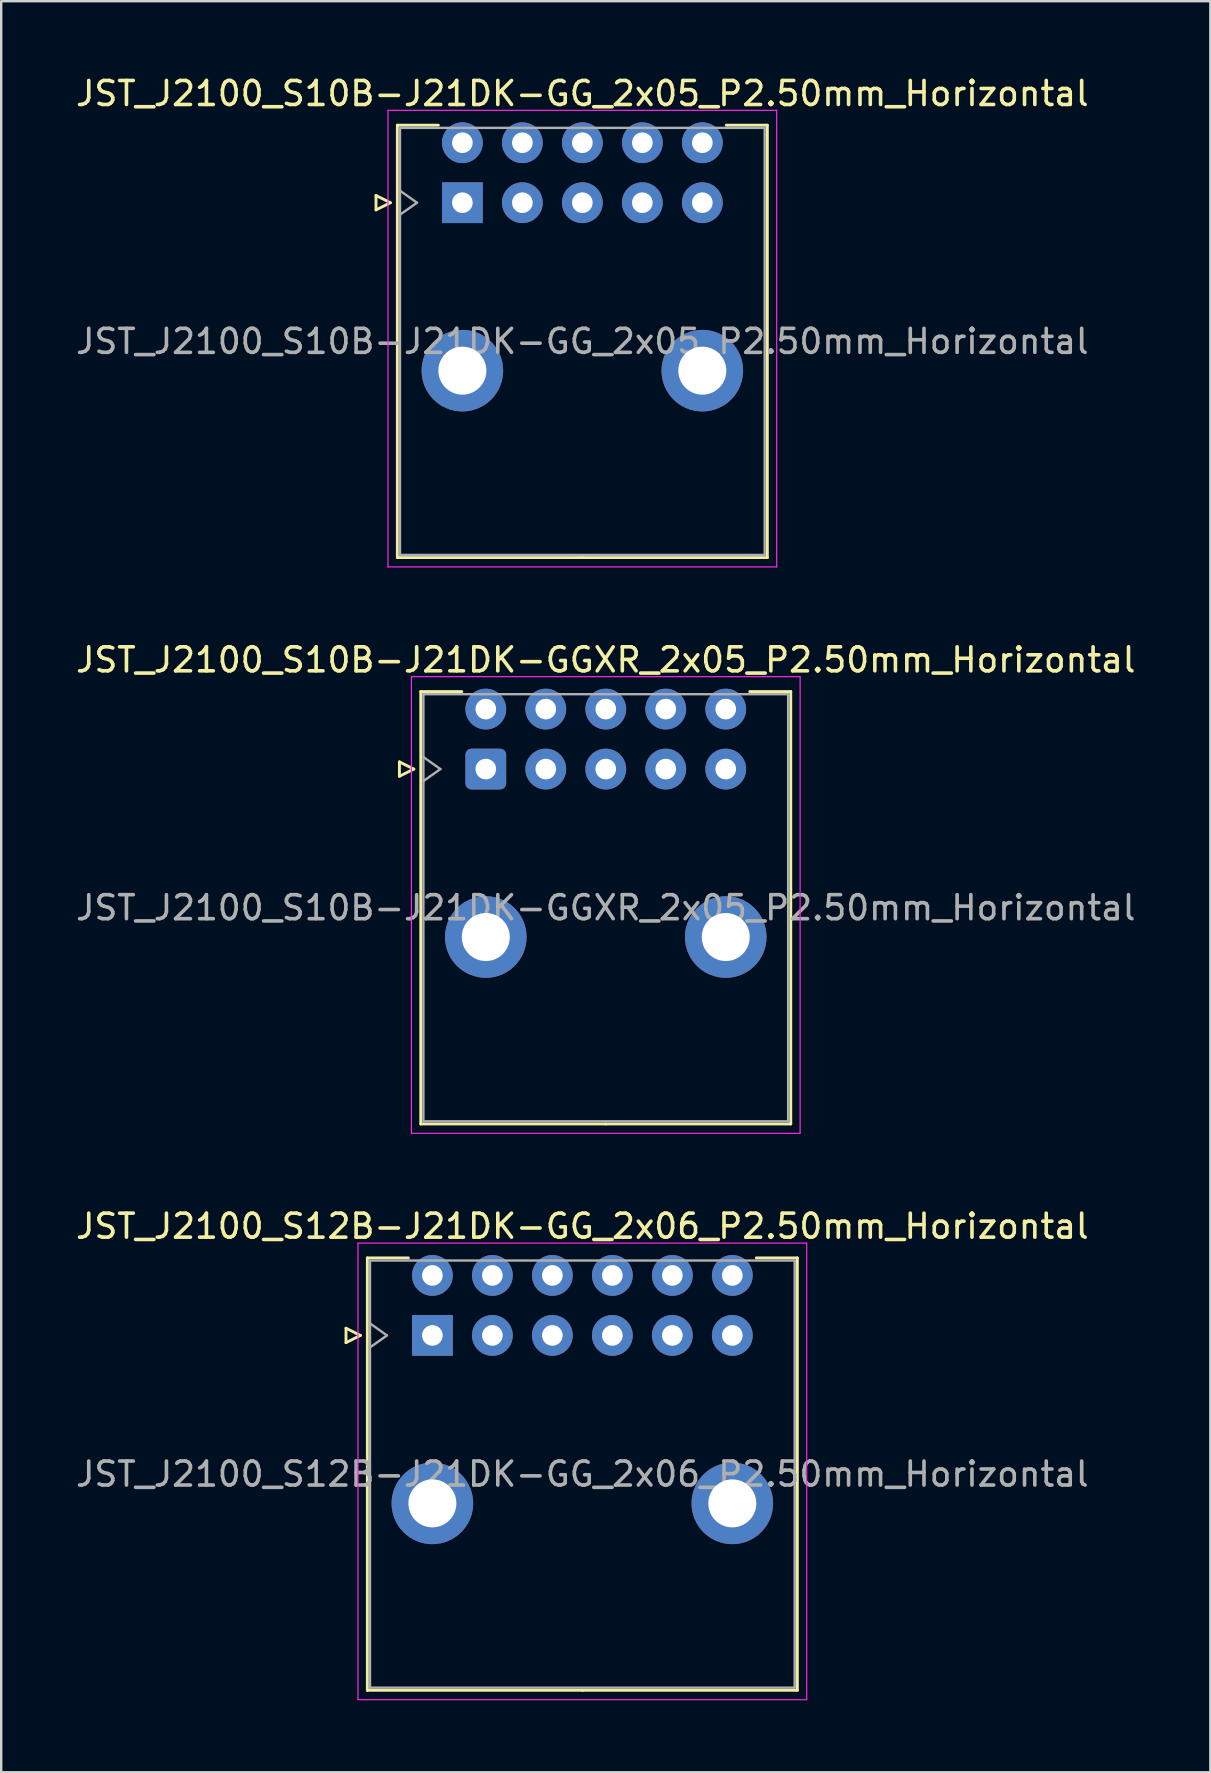
<source format=kicad_pcb>
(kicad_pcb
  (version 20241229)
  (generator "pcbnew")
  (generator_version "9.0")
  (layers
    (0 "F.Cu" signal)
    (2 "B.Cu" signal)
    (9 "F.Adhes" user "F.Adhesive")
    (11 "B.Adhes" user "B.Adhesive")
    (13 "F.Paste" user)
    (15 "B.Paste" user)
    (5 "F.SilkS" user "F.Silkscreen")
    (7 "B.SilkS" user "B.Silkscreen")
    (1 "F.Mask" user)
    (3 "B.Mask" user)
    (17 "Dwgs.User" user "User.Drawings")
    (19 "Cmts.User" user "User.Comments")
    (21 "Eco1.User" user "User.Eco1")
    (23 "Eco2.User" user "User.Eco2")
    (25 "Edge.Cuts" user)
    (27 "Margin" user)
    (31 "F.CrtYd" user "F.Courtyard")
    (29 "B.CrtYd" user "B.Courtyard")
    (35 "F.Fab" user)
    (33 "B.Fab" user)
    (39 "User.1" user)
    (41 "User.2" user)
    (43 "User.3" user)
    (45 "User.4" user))
  (footprint "JST_J2100_S12B-J21DK-GG_2x06_P2.50mm_Horizontal"
    (layer "F.Cu")
    (at 14.97 52.605)
    (property "Reference" "JST_J2100_S12B-J21DK-GG_2x06_P2.50mm_Horizontal" (at 6.25 -4.55 0) (layer "F.SilkS") (effects (font (size 1 1) (thickness 0.15))))
    (attr through_hole)
    (fp_line (start -3.6 -0.3) (end -3 0) (stroke (width 0.12) (type solid)) (layer "F.SilkS"))
    (fp_line (start -3.6 0.3) (end -3.6 -0.3) (stroke (width 0.12) (type solid)) (layer "F.SilkS"))
    (fp_line (start -3 0) (end -3.6 0.3) (stroke (width 0.12) (type solid)) (layer "F.SilkS"))
    (fp_line (start -2.71 -3.23) (end -2.71 14.79) (stroke (width 0.12) (type solid)) (layer "F.SilkS"))
    (fp_line (start -2.71 14.79) (end 6.25 14.79) (stroke (width 0.12) (type solid)) (layer "F.SilkS"))
    (fp_line (start -1 -3.23) (end -2.71 -3.23) (stroke (width 0.12) (type solid)) (layer "F.SilkS"))
    (fp_line (start 13.5 -3.23) (end 15.21 -3.23) (stroke (width 0.12) (type solid)) (layer "F.SilkS"))
    (fp_line (start 15.21 -3.23) (end 15.21 14.79) (stroke (width 0.12) (type solid)) (layer "F.SilkS"))
    (fp_line (start 15.21 14.79) (end 6.25 14.79) (stroke (width 0.12) (type solid)) (layer "F.SilkS"))
    (fp_line (start -3.1 -3.85) (end -3.1 15.18) (stroke (width 0.05) (type solid)) (layer "F.CrtYd"))
    (fp_line (start -3.1 15.18) (end 15.6 15.18) (stroke (width 0.05) (type solid)) (layer "F.CrtYd"))
    (fp_line (start 15.6 -3.85) (end -3.1 -3.85) (stroke (width 0.05) (type solid)) (layer "F.CrtYd"))
    (fp_line (start 15.6 15.18) (end 15.6 -3.85) (stroke (width 0.05) (type solid)) (layer "F.CrtYd"))
    (fp_line (start -2.6 -3.12) (end -2.6 14.68) (stroke (width 0.1) (type solid)) (layer "F.Fab"))
    (fp_line (start -2.6 0.5) (end -1.893 0) (stroke (width 0.1) (type solid)) (layer "F.Fab"))
    (fp_line (start -2.6 14.68) (end 15.1 14.68) (stroke (width 0.1) (type solid)) (layer "F.Fab"))
    (fp_line (start -1.893 0) (end -2.6 -0.5) (stroke (width 0.1) (type solid)) (layer "F.Fab"))
    (fp_line (start 15.1 -3.12) (end -2.6 -3.12) (stroke (width 0.1) (type solid)) (layer "F.Fab"))
    (fp_line (start 15.1 14.68) (end 15.1 -3.12) (stroke (width 0.1) (type solid)) (layer "F.Fab"))
    (fp_text user "${REFERENCE}" (at 6.25 5.78 0) (layer "F.Fab") (effects (font (size 1 1) (thickness 0.15))))
    (pad "" thru_hole circle (at 0 7) (size 3.4 3.4) (drill 2) (layers "*.Cu" "*.Mask"))
    (pad "" thru_hole circle (at 12.5 7) (size 3.4 3.4) (drill 2) (layers "*.Cu" "*.Mask"))
    (pad "a1" thru_hole rect (at 0 0) (size 1.7 1.7) (drill 0.86) (layers "*.Cu" "*.Mask"))
    (pad "a2" thru_hole circle (at 2.5 0) (size 1.7 1.7) (drill 0.86) (layers "*.Cu" "*.Mask"))
    (pad "a3" thru_hole circle (at 5 0) (size 1.7 1.7) (drill 0.86) (layers "*.Cu" "*.Mask"))
    (pad "a4" thru_hole circle (at 7.5 0) (size 1.7 1.7) (drill 0.86) (layers "*.Cu" "*.Mask"))
    (pad "a5" thru_hole circle (at 10 0) (size 1.7 1.7) (drill 0.86) (layers "*.Cu" "*.Mask"))
    (pad "a6" thru_hole circle (at 12.5 0) (size 1.7 1.7) (drill 0.86) (layers "*.Cu" "*.Mask"))
    (pad "b1" thru_hole circle (at 0 -2.5) (size 1.7 1.7) (drill 0.86) (layers "*.Cu" "*.Mask"))
    (pad "b2" thru_hole circle (at 2.5 -2.5) (size 1.7 1.7) (drill 0.86) (layers "*.Cu" "*.Mask"))
    (pad "b3" thru_hole circle (at 5 -2.5) (size 1.7 1.7) (drill 0.86) (layers "*.Cu" "*.Mask"))
    (pad "b4" thru_hole circle (at 7.5 -2.5) (size 1.7 1.7) (drill 0.86) (layers "*.Cu" "*.Mask"))
    (pad "b5" thru_hole circle (at 10 -2.5) (size 1.7 1.7) (drill 0.86) (layers "*.Cu" "*.Mask"))
    (pad "b6" thru_hole circle (at 12.5 -2.5) (size 1.7 1.7) (drill 0.86) (layers "*.Cu" "*.Mask")))
  (footprint "JST_J2100_S10B-J21DK-GG_2x05_P2.50mm_Horizontal"
    (layer "F.Cu")
    (at 16.22 5.398)
    (property "Reference" "JST_J2100_S10B-J21DK-GG_2x05_P2.50mm_Horizontal" (at 5 -4.55 0) (layer "F.SilkS") (effects (font (size 1 1) (thickness 0.15))))
    (attr through_hole)
    (fp_line (start -3.6 -0.3) (end -3 0) (stroke (width 0.12) (type solid)) (layer "F.SilkS"))
    (fp_line (start -3.6 0.3) (end -3.6 -0.3) (stroke (width 0.12) (type solid)) (layer "F.SilkS"))
    (fp_line (start -3 0) (end -3.6 0.3) (stroke (width 0.12) (type solid)) (layer "F.SilkS"))
    (fp_line (start -2.71 -3.23) (end -2.71 14.79) (stroke (width 0.12) (type solid)) (layer "F.SilkS"))
    (fp_line (start -2.71 14.79) (end 5 14.79) (stroke (width 0.12) (type solid)) (layer "F.SilkS"))
    (fp_line (start -1 -3.23) (end -2.71 -3.23) (stroke (width 0.12) (type solid)) (layer "F.SilkS"))
    (fp_line (start 11 -3.23) (end 12.71 -3.23) (stroke (width 0.12) (type solid)) (layer "F.SilkS"))
    (fp_line (start 12.71 -3.23) (end 12.71 14.79) (stroke (width 0.12) (type solid)) (layer "F.SilkS"))
    (fp_line (start 12.71 14.79) (end 5 14.79) (stroke (width 0.12) (type solid)) (layer "F.SilkS"))
    (fp_line (start -3.1 -3.85) (end -3.1 15.18) (stroke (width 0.05) (type solid)) (layer "F.CrtYd"))
    (fp_line (start -3.1 15.18) (end 13.1 15.18) (stroke (width 0.05) (type solid)) (layer "F.CrtYd"))
    (fp_line (start 13.1 -3.85) (end -3.1 -3.85) (stroke (width 0.05) (type solid)) (layer "F.CrtYd"))
    (fp_line (start 13.1 15.18) (end 13.1 -3.85) (stroke (width 0.05) (type solid)) (layer "F.CrtYd"))
    (fp_line (start -2.6 -3.12) (end -2.6 14.68) (stroke (width 0.1) (type solid)) (layer "F.Fab"))
    (fp_line (start -2.6 0.5) (end -1.893 0) (stroke (width 0.1) (type solid)) (layer "F.Fab"))
    (fp_line (start -2.6 14.68) (end 12.6 14.68) (stroke (width 0.1) (type solid)) (layer "F.Fab"))
    (fp_line (start -1.893 0) (end -2.6 -0.5) (stroke (width 0.1) (type solid)) (layer "F.Fab"))
    (fp_line (start 12.6 -3.12) (end -2.6 -3.12) (stroke (width 0.1) (type solid)) (layer "F.Fab"))
    (fp_line (start 12.6 14.68) (end 12.6 -3.12) (stroke (width 0.1) (type solid)) (layer "F.Fab"))
    (fp_text user "${REFERENCE}" (at 5 5.78 0) (layer "F.Fab") (effects (font (size 1 1) (thickness 0.15))))
    (pad "" thru_hole circle (at 0 7) (size 3.4 3.4) (drill 2) (layers "*.Cu" "*.Mask"))
    (pad "" thru_hole circle (at 10 7) (size 3.4 3.4) (drill 2) (layers "*.Cu" "*.Mask"))
    (pad "a1" thru_hole rect (at 0 0) (size 1.7 1.7) (drill 0.86) (layers "*.Cu" "*.Mask"))
    (pad "a2" thru_hole circle (at 2.5 0) (size 1.7 1.7) (drill 0.86) (layers "*.Cu" "*.Mask"))
    (pad "a3" thru_hole circle (at 5 0) (size 1.7 1.7) (drill 0.86) (layers "*.Cu" "*.Mask"))
    (pad "a4" thru_hole circle (at 7.5 0) (size 1.7 1.7) (drill 0.86) (layers "*.Cu" "*.Mask"))
    (pad "a5" thru_hole circle (at 10 0) (size 1.7 1.7) (drill 0.86) (layers "*.Cu" "*.Mask"))
    (pad "b1" thru_hole circle (at 0 -2.5) (size 1.7 1.7) (drill 0.86) (layers "*.Cu" "*.Mask"))
    (pad "b2" thru_hole circle (at 2.5 -2.5) (size 1.7 1.7) (drill 0.86) (layers "*.Cu" "*.Mask"))
    (pad "b3" thru_hole circle (at 5 -2.5) (size 1.7 1.7) (drill 0.86) (layers "*.Cu" "*.Mask"))
    (pad "b4" thru_hole circle (at 7.5 -2.5) (size 1.7 1.7) (drill 0.86) (layers "*.Cu" "*.Mask"))
    (pad "b5" thru_hole circle (at 10 -2.5) (size 1.7 1.7) (drill 0.86) (layers "*.Cu" "*.Mask")))
  (footprint "JST_J2100_S10B-J21DK-GGXR_2x05_P2.50mm_Horizontal"
    (layer "F.Cu")
    (at 17.196 29.002)
    (property "Reference" "JST_J2100_S10B-J21DK-GGXR_2x05_P2.50mm_Horizontal" (at 5 -4.55 0) (layer "F.SilkS") (effects (font (size 1 1) (thickness 0.15))))
    (attr through_hole)
    (fp_line (start -3.6 -0.3) (end -3 0) (stroke (width 0.12) (type solid)) (layer "F.SilkS"))
    (fp_line (start -3.6 0.3) (end -3.6 -0.3) (stroke (width 0.12) (type solid)) (layer "F.SilkS"))
    (fp_line (start -3 0) (end -3.6 0.3) (stroke (width 0.12) (type solid)) (layer "F.SilkS"))
    (fp_line (start -2.71 -3.23) (end -2.71 14.79) (stroke (width 0.12) (type solid)) (layer "F.SilkS"))
    (fp_line (start -2.71 14.79) (end 5 14.79) (stroke (width 0.12) (type solid)) (layer "F.SilkS"))
    (fp_line (start -1 -3.23) (end -2.71 -3.23) (stroke (width 0.12) (type solid)) (layer "F.SilkS"))
    (fp_line (start 11 -3.23) (end 12.71 -3.23) (stroke (width 0.12) (type solid)) (layer "F.SilkS"))
    (fp_line (start 12.71 -3.23) (end 12.71 14.79) (stroke (width 0.12) (type solid)) (layer "F.SilkS"))
    (fp_line (start 12.71 14.79) (end 5 14.79) (stroke (width 0.12) (type solid)) (layer "F.SilkS"))
    (fp_line (start -3.1 -3.85) (end -3.1 15.18) (stroke (width 0.05) (type solid)) (layer "F.CrtYd"))
    (fp_line (start -3.1 15.18) (end 13.1 15.18) (stroke (width 0.05) (type solid)) (layer "F.CrtYd"))
    (fp_line (start 13.1 -3.85) (end -3.1 -3.85) (stroke (width 0.05) (type solid)) (layer "F.CrtYd"))
    (fp_line (start 13.1 15.18) (end 13.1 -3.85) (stroke (width 0.05) (type solid)) (layer "F.CrtYd"))
    (fp_line (start -2.6 -3.12) (end -2.6 14.68) (stroke (width 0.1) (type solid)) (layer "F.Fab"))
    (fp_line (start -2.6 0.5) (end -1.893 0) (stroke (width 0.1) (type solid)) (layer "F.Fab"))
    (fp_line (start -2.6 14.68) (end 12.6 14.68) (stroke (width 0.1) (type solid)) (layer "F.Fab"))
    (fp_line (start -1.893 0) (end -2.6 -0.5) (stroke (width 0.1) (type solid)) (layer "F.Fab"))
    (fp_line (start 12.6 -3.12) (end -2.6 -3.12) (stroke (width 0.1) (type solid)) (layer "F.Fab"))
    (fp_line (start 12.6 14.68) (end 12.6 -3.12) (stroke (width 0.1) (type solid)) (layer "F.Fab"))
    (fp_text user "${REFERENCE}" (at 5 5.78 0) (layer "F.Fab") (effects (font (size 1 1) (thickness 0.15))))
    (pad "" thru_hole circle (at 0 7) (size 3.4 3.4) (drill 2) (layers "*.Cu" "*.Mask"))
    (pad "" thru_hole circle (at 10 7) (size 3.4 3.4) (drill 2) (layers "*.Cu" "*.Mask"))
    (pad "1" thru_hole roundrect (at 0 0) (size 1.7 1.7) (drill 0.86) (layers "*.Cu" "*.Mask") (roundrect_rratio 0.147))
    (pad "2" thru_hole circle (at 2.5 0) (size 1.7 1.7) (drill 0.86) (layers "*.Cu" "*.Mask"))
    (pad "3" thru_hole circle (at 5 0) (size 1.7 1.7) (drill 0.86) (layers "*.Cu" "*.Mask"))
    (pad "4" thru_hole circle (at 7.5 0) (size 1.7 1.7) (drill 0.86) (layers "*.Cu" "*.Mask"))
    (pad "5" thru_hole circle (at 10 0) (size 1.7 1.7) (drill 0.86) (layers "*.Cu" "*.Mask"))
    (pad "6" thru_hole circle (at 0 -2.5) (size 1.7 1.7) (drill 0.86) (layers "*.Cu" "*.Mask"))
    (pad "7" thru_hole circle (at 2.5 -2.5) (size 1.7 1.7) (drill 0.86) (layers "*.Cu" "*.Mask"))
    (pad "8" thru_hole circle (at 5 -2.5) (size 1.7 1.7) (drill 0.86) (layers "*.Cu" "*.Mask"))
    (pad "9" thru_hole circle (at 7.5 -2.5) (size 1.7 1.7) (drill 0.86) (layers "*.Cu" "*.Mask"))
    (pad "10" thru_hole circle (at 10 -2.5) (size 1.7 1.7) (drill 0.86) (layers "*.Cu" "*.Mask")))
  (gr_rect
    (start -3 -3)
    (end 47.393 70.81)
    (stroke (width 0.1) (type default))
    (fill no)
    (layer "Edge.Cuts")))
</source>
